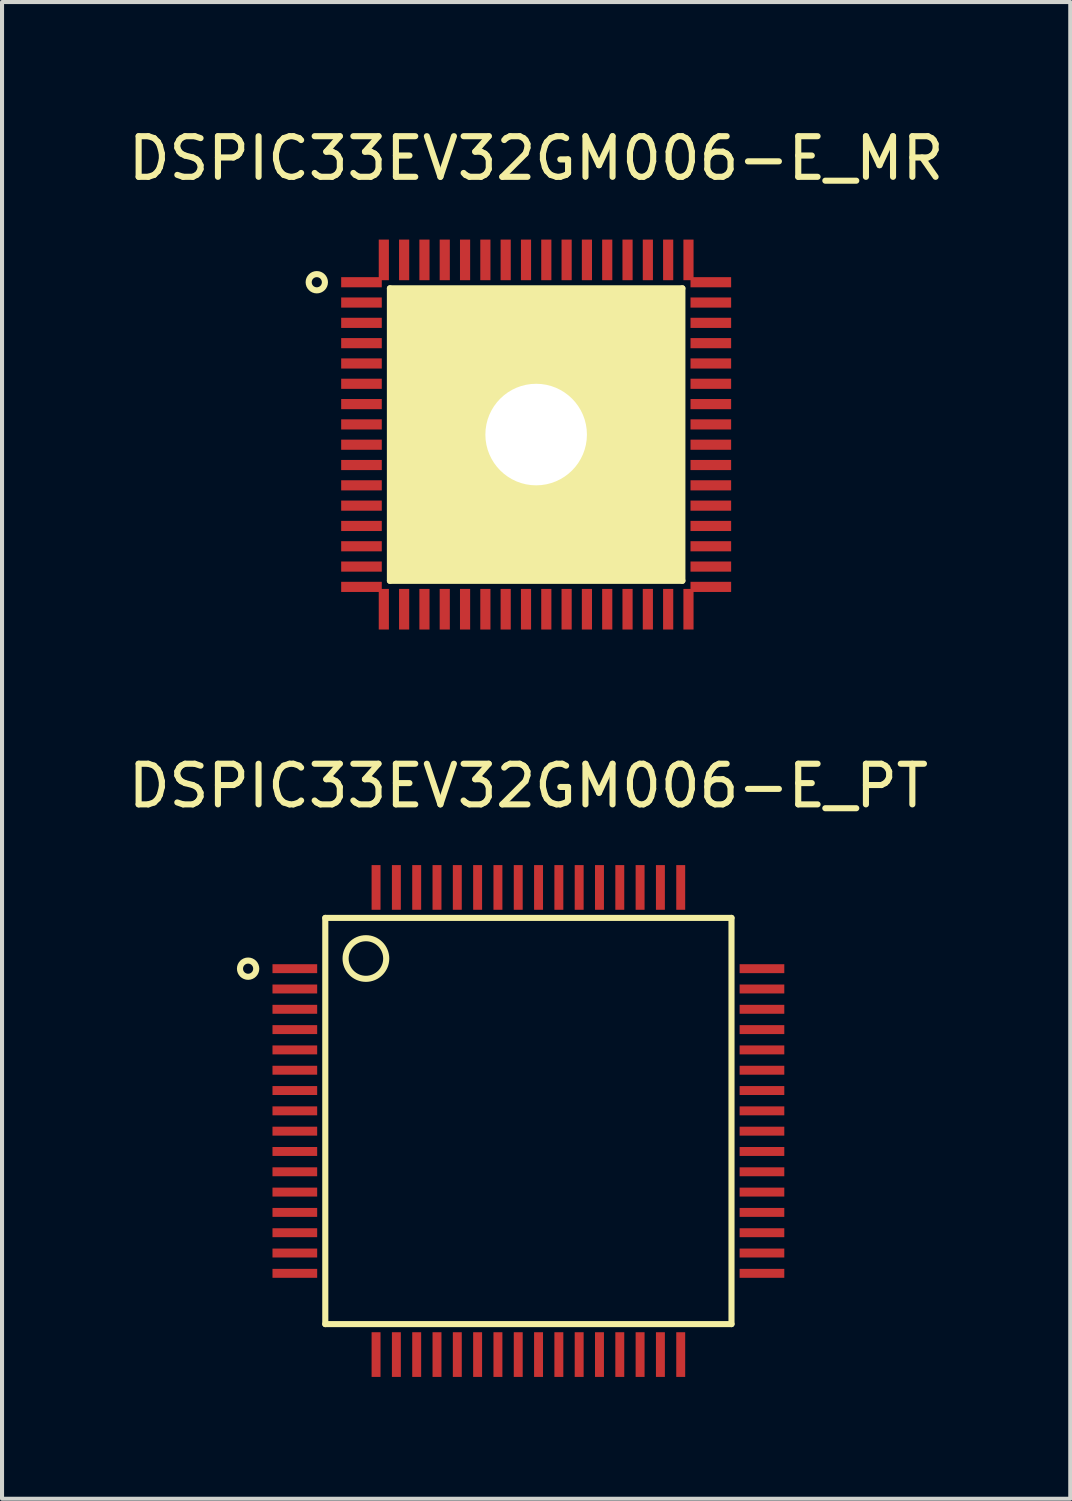
<source format=kicad_pcb>
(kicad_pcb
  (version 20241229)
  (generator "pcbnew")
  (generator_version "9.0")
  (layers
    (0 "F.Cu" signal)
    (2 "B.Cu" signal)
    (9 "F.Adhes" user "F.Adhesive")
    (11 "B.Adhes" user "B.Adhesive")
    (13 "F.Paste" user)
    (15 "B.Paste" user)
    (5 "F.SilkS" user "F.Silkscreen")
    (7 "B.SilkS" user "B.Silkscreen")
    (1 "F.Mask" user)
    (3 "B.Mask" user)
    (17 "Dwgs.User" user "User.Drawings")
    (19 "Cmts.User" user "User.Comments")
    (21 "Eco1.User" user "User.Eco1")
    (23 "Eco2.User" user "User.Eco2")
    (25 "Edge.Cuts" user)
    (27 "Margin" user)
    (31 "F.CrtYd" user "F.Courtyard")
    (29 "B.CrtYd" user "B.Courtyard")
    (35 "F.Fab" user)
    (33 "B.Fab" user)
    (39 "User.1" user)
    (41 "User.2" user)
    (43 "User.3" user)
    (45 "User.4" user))
  (footprint "DSPIC33EV32GM006-E_MR"
    (layer "F.Cu")
    (at 5.849 3.348)
    (property "Reference" "DSPIC33EV32GM006-E_MR" (at 4.3 -2.5 0) (layer "F.SilkS") (effects (font (size 1 1) (thickness 0.15))))
    (attr through_hole)
    (fp_line (start 0.7 0.7) (end 0.7 7.9) (stroke (width 0.15) (type solid)) (layer "F.SilkS"))
    (fp_line (start 0.7 0.7) (end 7.9 0.7) (stroke (width 0.15) (type solid)) (layer "F.SilkS"))
    (fp_line (start 0.7 7.9) (end 7.9 7.9) (stroke (width 0.15) (type solid)) (layer "F.SilkS"))
    (fp_line (start 7.9 7.9) (end 7.9 0.7) (stroke (width 0.15) (type solid)) (layer "F.SilkS"))
    (fp_circle (center -1.1 0.55) (end -1.1 0.35) (stroke (width 0.15) (type solid)) (fill no) (layer "F.SilkS"))
    (fp_circle (center 1.7 1.7) (end 1.7 1.2) (stroke (width 0.15) (type solid)) (fill no) (layer "F.SilkS"))
    (pad "1" smd rect (at 0 0.55) (size 1 0.25) (layers "F.Cu" "F.Mask" "F.Paste"))
    (pad "2" smd rect (at 0 1.05) (size 1 0.25) (layers "F.Cu" "F.Mask" "F.Paste"))
    (pad "3" smd rect (at 0 1.55) (size 1 0.25) (layers "F.Cu" "F.Mask" "F.Paste"))
    (pad "4" smd rect (at 0 2.05) (size 1 0.25) (layers "F.Cu" "F.Mask" "F.Paste"))
    (pad "5" smd rect (at 0 2.55) (size 1 0.25) (layers "F.Cu" "F.Mask" "F.Paste"))
    (pad "6" smd rect (at 0 3.05) (size 1 0.25) (layers "F.Cu" "F.Mask" "F.Paste"))
    (pad "7" smd rect (at 0 3.55) (size 1 0.25) (layers "F.Cu" "F.Mask" "F.Paste"))
    (pad "8" smd rect (at 0 4.05) (size 1 0.25) (layers "F.Cu" "F.Mask" "F.Paste"))
    (pad "9" smd rect (at 0 4.55) (size 1 0.25) (layers "F.Cu" "F.Mask" "F.Paste"))
    (pad "10" smd rect (at 0 5.05) (size 1 0.25) (layers "F.Cu" "F.Mask" "F.Paste"))
    (pad "11" smd rect (at 0 5.55) (size 1 0.25) (layers "F.Cu" "F.Mask" "F.Paste"))
    (pad "12" smd rect (at 0 6.05) (size 1 0.25) (layers "F.Cu" "F.Mask" "F.Paste"))
    (pad "13" smd rect (at 0 6.55) (size 1 0.25) (layers "F.Cu" "F.Mask" "F.Paste"))
    (pad "14" smd rect (at 0 7.05) (size 1 0.25) (layers "F.Cu" "F.Mask" "F.Paste"))
    (pad "15" smd rect (at 0 7.55) (size 1 0.25) (layers "F.Cu" "F.Mask" "F.Paste"))
    (pad "16" smd rect (at 0 8.05) (size 1 0.25) (layers "F.Cu" "F.Mask" "F.Paste"))
    (pad "17" smd rect (at 0.55 8.6) (size 0.25 1) (layers "F.Cu" "F.Mask" "F.Paste"))
    (pad "18" smd rect (at 1.05 8.6) (size 0.25 1) (layers "F.Cu" "F.Mask" "F.Paste"))
    (pad "19" smd rect (at 1.55 8.6) (size 0.25 1) (layers "F.Cu" "F.Mask" "F.Paste"))
    (pad "20" smd rect (at 2.05 8.6) (size 0.25 1) (layers "F.Cu" "F.Mask" "F.Paste"))
    (pad "21" smd rect (at 2.55 8.6) (size 0.25 1) (layers "F.Cu" "F.Mask" "F.Paste"))
    (pad "22" smd rect (at 3.05 8.6) (size 0.25 1) (layers "F.Cu" "F.Mask" "F.Paste"))
    (pad "23" smd rect (at 3.55 8.6) (size 0.25 1) (layers "F.Cu" "F.Mask" "F.Paste"))
    (pad "24" smd rect (at 4.05 8.6) (size 0.25 1) (layers "F.Cu" "F.Mask" "F.Paste"))
    (pad "25" smd rect (at 4.55 8.6) (size 0.25 1) (layers "F.Cu" "F.Mask" "F.Paste"))
    (pad "26" smd rect (at 5.05 8.6) (size 0.25 1) (layers "F.Cu" "F.Mask" "F.Paste"))
    (pad "27" smd rect (at 5.55 8.6) (size 0.25 1) (layers "F.Cu" "F.Mask" "F.Paste"))
    (pad "28" smd rect (at 6.05 8.6) (size 0.25 1) (layers "F.Cu" "F.Mask" "F.Paste"))
    (pad "29" smd rect (at 6.55 8.6) (size 0.25 1) (layers "F.Cu" "F.Mask" "F.Paste"))
    (pad "30" smd rect (at 7.05 8.6) (size 0.25 1) (layers "F.Cu" "F.Mask" "F.Paste"))
    (pad "31" smd rect (at 7.55 8.6) (size 0.25 1) (layers "F.Cu" "F.Mask" "F.Paste"))
    (pad "32" smd rect (at 8.05 8.6) (size 0.25 1) (layers "F.Cu" "F.Mask" "F.Paste"))
    (pad "33" smd rect (at 8.6 8.05) (size 1 0.25) (layers "F.Cu" "F.Mask" "F.Paste"))
    (pad "34" smd rect (at 8.6 7.55) (size 1 0.25) (layers "F.Cu" "F.Mask" "F.Paste"))
    (pad "35" smd rect (at 8.6 7.05) (size 1 0.25) (layers "F.Cu" "F.Mask" "F.Paste"))
    (pad "36" smd rect (at 8.6 6.55) (size 1 0.25) (layers "F.Cu" "F.Mask" "F.Paste"))
    (pad "37" smd rect (at 8.6 6.05) (size 1 0.25) (layers "F.Cu" "F.Mask" "F.Paste"))
    (pad "38" smd rect (at 8.6 5.55) (size 1 0.25) (layers "F.Cu" "F.Mask" "F.Paste"))
    (pad "39" smd rect (at 8.6 5.05) (size 1 0.25) (layers "F.Cu" "F.Mask" "F.Paste"))
    (pad "40" smd rect (at 8.6 4.55) (size 1 0.25) (layers "F.Cu" "F.Mask" "F.Paste"))
    (pad "41" smd rect (at 8.6 4.05) (size 1 0.25) (layers "F.Cu" "F.Mask" "F.Paste"))
    (pad "42" smd rect (at 8.6 3.55) (size 1 0.25) (layers "F.Cu" "F.Mask" "F.Paste"))
    (pad "43" smd rect (at 8.6 3.05) (size 1 0.25) (layers "F.Cu" "F.Mask" "F.Paste"))
    (pad "44" smd rect (at 8.6 2.55) (size 1 0.25) (layers "F.Cu" "F.Mask" "F.Paste"))
    (pad "45" smd rect (at 8.6 2.05) (size 1 0.25) (layers "F.Cu" "F.Mask" "F.Paste"))
    (pad "46" smd rect (at 8.6 1.55) (size 1 0.25) (layers "F.Cu" "F.Mask" "F.Paste"))
    (pad "47" smd rect (at 8.6 1.05) (size 1 0.25) (layers "F.Cu" "F.Mask" "F.Paste"))
    (pad "48" smd rect (at 8.6 0.55) (size 1 0.25) (layers "F.Cu" "F.Mask" "F.Paste"))
    (pad "49" smd rect (at 8.05 0) (size 0.25 1) (layers "F.Cu" "F.Mask" "F.Paste"))
    (pad "50" smd rect (at 7.55 0) (size 0.25 1) (layers "F.Cu" "F.Mask" "F.Paste"))
    (pad "51" smd rect (at 7.05 0) (size 0.25 1) (layers "F.Cu" "F.Mask" "F.Paste"))
    (pad "52" smd rect (at 6.55 0) (size 0.25 1) (layers "F.Cu" "F.Mask" "F.Paste"))
    (pad "53" smd rect (at 6.05 0) (size 0.25 1) (layers "F.Cu" "F.Mask" "F.Paste"))
    (pad "54" smd rect (at 5.55 0) (size 0.25 1) (layers "F.Cu" "F.Mask" "F.Paste"))
    (pad "55" smd rect (at 5.05 0) (size 0.25 1) (layers "F.Cu" "F.Mask" "F.Paste"))
    (pad "56" smd rect (at 4.55 0) (size 0.25 1) (layers "F.Cu" "F.Mask" "F.Paste"))
    (pad "57" smd rect (at 4.05 0) (size 0.25 1) (layers "F.Cu" "F.Mask" "F.Paste"))
    (pad "58" smd rect (at 3.55 0) (size 0.25 1) (layers "F.Cu" "F.Mask" "F.Paste"))
    (pad "59" smd rect (at 3.05 0) (size 0.25 1) (layers "F.Cu" "F.Mask" "F.Paste"))
    (pad "60" smd rect (at 2.55 0) (size 0.25 1) (layers "F.Cu" "F.Mask" "F.Paste"))
    (pad "61" smd rect (at 2.05 0) (size 0.25 1) (layers "F.Cu" "F.Mask" "F.Paste"))
    (pad "62" smd rect (at 1.55 0) (size 0.25 1) (layers "F.Cu" "F.Mask" "F.Paste"))
    (pad "63" smd rect (at 1.05 0) (size 0.25 1) (layers "F.Cu" "F.Mask" "F.Paste"))
    (pad "64" smd rect (at 0.55 0) (size 0.25 1) (layers "F.Cu" "F.Mask" "F.Paste"))
    (pad "999" thru_hole rect (at 4.3 4.3) (size 7.15 7.15) (drill 2.5) (layers "*.Cu" "*.Mask" "F.SilkS")))
  (footprint "DSPIC33EV32GM006-E_PT"
    (layer "F.Cu")
    (at 4.208 18.797)
    (property "Reference" "DSPIC33EV32GM006-E_PT" (at 5.75 -2.5 0) (layer "F.SilkS") (effects (font (size 1 1) (thickness 0.15))))
    (attr through_hole)
    (fp_line (start 0.75 0.75) (end 0.75 10.75) (stroke (width 0.15) (type solid)) (layer "F.SilkS"))
    (fp_line (start 0.75 0.75) (end 10.75 0.75) (stroke (width 0.15) (type solid)) (layer "F.SilkS"))
    (fp_line (start 0.75 10.75) (end 10.75 10.75) (stroke (width 0.15) (type solid)) (layer "F.SilkS"))
    (fp_line (start 10.75 10.75) (end 10.75 0.75) (stroke (width 0.15) (type solid)) (layer "F.SilkS"))
    (fp_circle (center -1.15 2) (end -1.15 1.8) (stroke (width 0.15) (type solid)) (fill no) (layer "F.SilkS"))
    (fp_circle (center 1.75 1.75) (end 1.75 1.25) (stroke (width 0.15) (type solid)) (fill no) (layer "F.SilkS"))
    (pad "1" smd rect (at 0 2) (size 1.1 0.22) (layers "F.Cu" "F.Mask" "F.Paste"))
    (pad "2" smd rect (at 0 2.5) (size 1.1 0.22) (layers "F.Cu" "F.Mask" "F.Paste"))
    (pad "3" smd rect (at 0 3) (size 1.1 0.22) (layers "F.Cu" "F.Mask" "F.Paste"))
    (pad "4" smd rect (at 0 3.5) (size 1.1 0.22) (layers "F.Cu" "F.Mask" "F.Paste"))
    (pad "5" smd rect (at 0 4) (size 1.1 0.22) (layers "F.Cu" "F.Mask" "F.Paste"))
    (pad "6" smd rect (at 0 4.5) (size 1.1 0.22) (layers "F.Cu" "F.Mask" "F.Paste"))
    (pad "7" smd rect (at 0 5) (size 1.1 0.22) (layers "F.Cu" "F.Mask" "F.Paste"))
    (pad "8" smd rect (at 0 5.5) (size 1.1 0.22) (layers "F.Cu" "F.Mask" "F.Paste"))
    (pad "9" smd rect (at 0 6) (size 1.1 0.22) (layers "F.Cu" "F.Mask" "F.Paste"))
    (pad "10" smd rect (at 0 6.5) (size 1.1 0.22) (layers "F.Cu" "F.Mask" "F.Paste"))
    (pad "11" smd rect (at 0 7) (size 1.1 0.22) (layers "F.Cu" "F.Mask" "F.Paste"))
    (pad "12" smd rect (at 0 7.5) (size 1.1 0.22) (layers "F.Cu" "F.Mask" "F.Paste"))
    (pad "13" smd rect (at 0 8) (size 1.1 0.22) (layers "F.Cu" "F.Mask" "F.Paste"))
    (pad "14" smd rect (at 0 8.5) (size 1.1 0.22) (layers "F.Cu" "F.Mask" "F.Paste"))
    (pad "15" smd rect (at 0 9) (size 1.1 0.22) (layers "F.Cu" "F.Mask" "F.Paste"))
    (pad "16" smd rect (at 0 9.5) (size 1.1 0.22) (layers "F.Cu" "F.Mask" "F.Paste"))
    (pad "17" smd rect (at 2 11.5) (size 0.22 1.1) (layers "F.Cu" "F.Mask" "F.Paste"))
    (pad "18" smd rect (at 2.5 11.5) (size 0.22 1.1) (layers "F.Cu" "F.Mask" "F.Paste"))
    (pad "19" smd rect (at 3 11.5) (size 0.22 1.1) (layers "F.Cu" "F.Mask" "F.Paste"))
    (pad "20" smd rect (at 3.5 11.5) (size 0.22 1.1) (layers "F.Cu" "F.Mask" "F.Paste"))
    (pad "21" smd rect (at 4 11.5) (size 0.22 1.1) (layers "F.Cu" "F.Mask" "F.Paste"))
    (pad "22" smd rect (at 4.5 11.5) (size 0.22 1.1) (layers "F.Cu" "F.Mask" "F.Paste"))
    (pad "23" smd rect (at 5 11.5) (size 0.22 1.1) (layers "F.Cu" "F.Mask" "F.Paste"))
    (pad "24" smd rect (at 5.5 11.5) (size 0.22 1.1) (layers "F.Cu" "F.Mask" "F.Paste"))
    (pad "25" smd rect (at 6 11.5) (size 0.22 1.1) (layers "F.Cu" "F.Mask" "F.Paste"))
    (pad "26" smd rect (at 6.5 11.5) (size 0.22 1.1) (layers "F.Cu" "F.Mask" "F.Paste"))
    (pad "27" smd rect (at 7 11.5) (size 0.22 1.1) (layers "F.Cu" "F.Mask" "F.Paste"))
    (pad "28" smd rect (at 7.5 11.5) (size 0.22 1.1) (layers "F.Cu" "F.Mask" "F.Paste"))
    (pad "29" smd rect (at 8 11.5) (size 0.22 1.1) (layers "F.Cu" "F.Mask" "F.Paste"))
    (pad "30" smd rect (at 8.5 11.5) (size 0.22 1.1) (layers "F.Cu" "F.Mask" "F.Paste"))
    (pad "31" smd rect (at 9 11.5) (size 0.22 1.1) (layers "F.Cu" "F.Mask" "F.Paste"))
    (pad "32" smd rect (at 9.5 11.5) (size 0.22 1.1) (layers "F.Cu" "F.Mask" "F.Paste"))
    (pad "33" smd rect (at 11.5 9.5) (size 1.1 0.22) (layers "F.Cu" "F.Mask" "F.Paste"))
    (pad "34" smd rect (at 11.5 9) (size 1.1 0.22) (layers "F.Cu" "F.Mask" "F.Paste"))
    (pad "35" smd rect (at 11.5 8.5) (size 1.1 0.22) (layers "F.Cu" "F.Mask" "F.Paste"))
    (pad "36" smd rect (at 11.5 8) (size 1.1 0.22) (layers "F.Cu" "F.Mask" "F.Paste"))
    (pad "37" smd rect (at 11.5 7.5) (size 1.1 0.22) (layers "F.Cu" "F.Mask" "F.Paste"))
    (pad "38" smd rect (at 11.5 7) (size 1.1 0.22) (layers "F.Cu" "F.Mask" "F.Paste"))
    (pad "39" smd rect (at 11.5 6.5) (size 1.1 0.22) (layers "F.Cu" "F.Mask" "F.Paste"))
    (pad "40" smd rect (at 11.5 6) (size 1.1 0.22) (layers "F.Cu" "F.Mask" "F.Paste"))
    (pad "41" smd rect (at 11.5 5.5) (size 1.1 0.22) (layers "F.Cu" "F.Mask" "F.Paste"))
    (pad "42" smd rect (at 11.5 5) (size 1.1 0.22) (layers "F.Cu" "F.Mask" "F.Paste"))
    (pad "43" smd rect (at 11.5 4.5) (size 1.1 0.22) (layers "F.Cu" "F.Mask" "F.Paste"))
    (pad "44" smd rect (at 11.5 4) (size 1.1 0.22) (layers "F.Cu" "F.Mask" "F.Paste"))
    (pad "45" smd rect (at 11.5 3.5) (size 1.1 0.22) (layers "F.Cu" "F.Mask" "F.Paste"))
    (pad "46" smd rect (at 11.5 3) (size 1.1 0.22) (layers "F.Cu" "F.Mask" "F.Paste"))
    (pad "47" smd rect (at 11.5 2.5) (size 1.1 0.22) (layers "F.Cu" "F.Mask" "F.Paste"))
    (pad "48" smd rect (at 11.5 2) (size 1.1 0.22) (layers "F.Cu" "F.Mask" "F.Paste"))
    (pad "49" smd rect (at 9.5 0) (size 0.22 1.1) (layers "F.Cu" "F.Mask" "F.Paste"))
    (pad "50" smd rect (at 9 0) (size 0.22 1.1) (layers "F.Cu" "F.Mask" "F.Paste"))
    (pad "51" smd rect (at 8.5 0) (size 0.22 1.1) (layers "F.Cu" "F.Mask" "F.Paste"))
    (pad "52" smd rect (at 8 0) (size 0.22 1.1) (layers "F.Cu" "F.Mask" "F.Paste"))
    (pad "53" smd rect (at 7.5 0) (size 0.22 1.1) (layers "F.Cu" "F.Mask" "F.Paste"))
    (pad "54" smd rect (at 7 0) (size 0.22 1.1) (layers "F.Cu" "F.Mask" "F.Paste"))
    (pad "55" smd rect (at 6.5 0) (size 0.22 1.1) (layers "F.Cu" "F.Mask" "F.Paste"))
    (pad "56" smd rect (at 6 0) (size 0.22 1.1) (layers "F.Cu" "F.Mask" "F.Paste"))
    (pad "57" smd rect (at 5.5 0) (size 0.22 1.1) (layers "F.Cu" "F.Mask" "F.Paste"))
    (pad "58" smd rect (at 5 0) (size 0.22 1.1) (layers "F.Cu" "F.Mask" "F.Paste"))
    (pad "59" smd rect (at 4.5 0) (size 0.22 1.1) (layers "F.Cu" "F.Mask" "F.Paste"))
    (pad "60" smd rect (at 4 0) (size 0.22 1.1) (layers "F.Cu" "F.Mask" "F.Paste"))
    (pad "61" smd rect (at 3.5 0) (size 0.22 1.1) (layers "F.Cu" "F.Mask" "F.Paste"))
    (pad "62" smd rect (at 3 0) (size 0.22 1.1) (layers "F.Cu" "F.Mask" "F.Paste"))
    (pad "63" smd rect (at 2.5 0) (size 0.22 1.1) (layers "F.Cu" "F.Mask" "F.Paste"))
    (pad "64" smd rect (at 2 0) (size 0.22 1.1) (layers "F.Cu" "F.Mask" "F.Paste")))
  (gr_rect
    (start -3 -3)
    (end 23.298 33.846)
    (stroke (width 0.1) (type default))
    (fill no)
    (layer "Edge.Cuts")))
</source>
